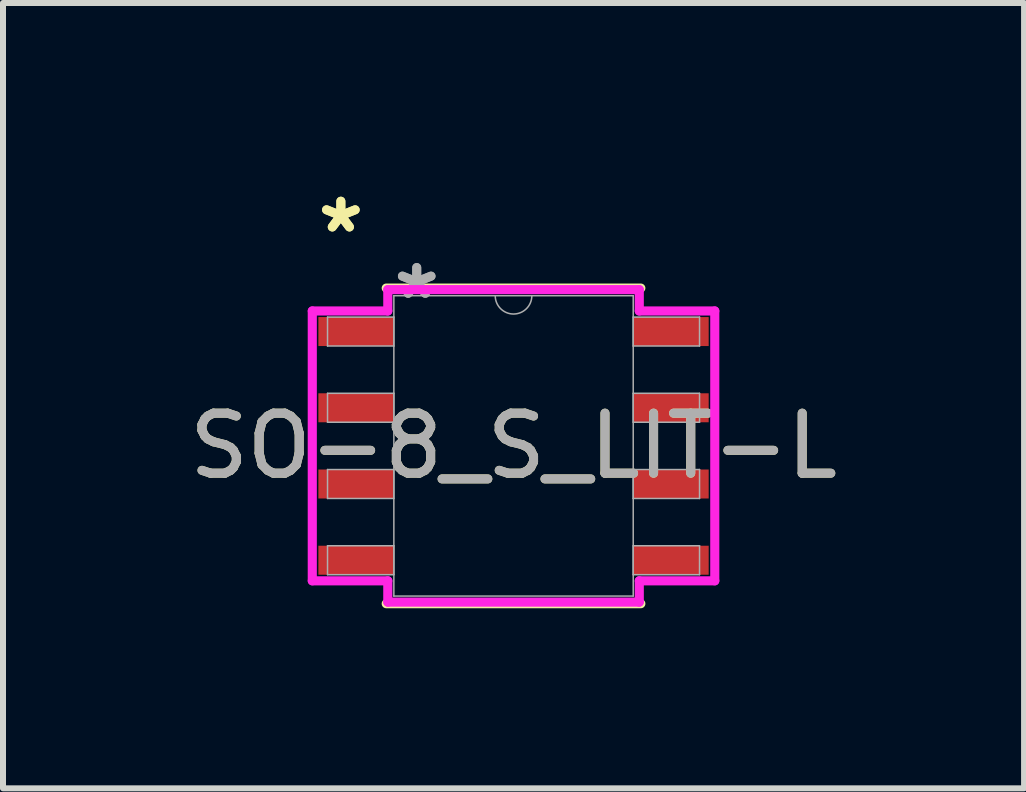
<source format=kicad_pcb>
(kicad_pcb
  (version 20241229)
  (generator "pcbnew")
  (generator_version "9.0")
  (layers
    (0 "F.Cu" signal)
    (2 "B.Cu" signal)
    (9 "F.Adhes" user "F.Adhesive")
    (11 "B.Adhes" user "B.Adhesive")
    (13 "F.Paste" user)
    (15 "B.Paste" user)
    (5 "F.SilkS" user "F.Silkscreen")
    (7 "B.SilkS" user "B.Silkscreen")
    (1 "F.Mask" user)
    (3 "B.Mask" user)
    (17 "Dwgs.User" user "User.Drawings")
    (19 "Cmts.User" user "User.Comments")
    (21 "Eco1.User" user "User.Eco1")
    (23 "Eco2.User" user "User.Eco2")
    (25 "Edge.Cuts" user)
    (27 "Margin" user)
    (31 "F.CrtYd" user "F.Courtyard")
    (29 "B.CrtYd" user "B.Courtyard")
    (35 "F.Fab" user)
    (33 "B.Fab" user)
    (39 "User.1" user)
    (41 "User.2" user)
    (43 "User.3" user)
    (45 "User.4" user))
  (footprint "SO-8_S_LIT-L"
    (layer "F.Cu")
    (at 5.506 4.379)
    (property "Reference" "SO-8_S_LIT-L" (at 0 0 0) (unlocked yes) (layer "F.SilkS") (effects (font (size 1 1) (thickness 0.15))))
    (attr smd)
    (fp_line (start -2.121 2.629) (end 2.121 2.629) (stroke (width 0.152) (type solid)) (layer "F.SilkS"))
    (fp_line (start 2.121 -2.629) (end -2.121 -2.629) (stroke (width 0.152) (type solid)) (layer "F.SilkS"))
    (fp_line (start -3.353 -2.248) (end -2.095 -2.248) (stroke (width 0.152) (type solid)) (layer "F.CrtYd"))
    (fp_line (start -3.353 2.248) (end -3.353 -2.248) (stroke (width 0.152) (type solid)) (layer "F.CrtYd"))
    (fp_line (start -3.353 2.248) (end -2.095 2.248) (stroke (width 0.152) (type solid)) (layer "F.CrtYd"))
    (fp_line (start -2.095 -2.603) (end 2.095 -2.603) (stroke (width 0.152) (type solid)) (layer "F.CrtYd"))
    (fp_line (start -2.095 -2.248) (end -2.095 -2.603) (stroke (width 0.152) (type solid)) (layer "F.CrtYd"))
    (fp_line (start -2.095 2.603) (end -2.095 2.248) (stroke (width 0.152) (type solid)) (layer "F.CrtYd"))
    (fp_line (start 2.095 -2.603) (end 2.095 -2.248) (stroke (width 0.152) (type solid)) (layer "F.CrtYd"))
    (fp_line (start 2.095 2.248) (end 2.095 2.603) (stroke (width 0.152) (type solid)) (layer "F.CrtYd"))
    (fp_line (start 2.095 2.603) (end -2.095 2.603) (stroke (width 0.152) (type solid)) (layer "F.CrtYd"))
    (fp_line (start 3.353 -2.248) (end 2.095 -2.248) (stroke (width 0.152) (type solid)) (layer "F.CrtYd"))
    (fp_line (start 3.353 -2.248) (end 3.353 2.248) (stroke (width 0.152) (type solid)) (layer "F.CrtYd"))
    (fp_line (start 3.353 2.248) (end 2.095 2.248) (stroke (width 0.152) (type solid)) (layer "F.CrtYd"))
    (fp_line (start -3.099 -2.146) (end -3.099 -1.664) (stroke (width 0.025) (type solid)) (layer "F.Fab"))
    (fp_line (start -3.099 -1.664) (end -1.994 -1.664) (stroke (width 0.025) (type solid)) (layer "F.Fab"))
    (fp_line (start -3.099 -0.876) (end -3.099 -0.394) (stroke (width 0.025) (type solid)) (layer "F.Fab"))
    (fp_line (start -3.099 -0.394) (end -1.994 -0.394) (stroke (width 0.025) (type solid)) (layer "F.Fab"))
    (fp_line (start -3.099 0.394) (end -3.099 0.876) (stroke (width 0.025) (type solid)) (layer "F.Fab"))
    (fp_line (start -3.099 0.876) (end -1.994 0.876) (stroke (width 0.025) (type solid)) (layer "F.Fab"))
    (fp_line (start -3.099 1.664) (end -3.099 2.146) (stroke (width 0.025) (type solid)) (layer "F.Fab"))
    (fp_line (start -3.099 2.146) (end -1.994 2.146) (stroke (width 0.025) (type solid)) (layer "F.Fab"))
    (fp_line (start -1.994 -2.502) (end -1.994 2.502) (stroke (width 0.025) (type solid)) (layer "F.Fab"))
    (fp_line (start -1.994 -2.146) (end -3.099 -2.146) (stroke (width 0.025) (type solid)) (layer "F.Fab"))
    (fp_line (start -1.994 -1.664) (end -1.994 -2.146) (stroke (width 0.025) (type solid)) (layer "F.Fab"))
    (fp_line (start -1.994 -0.876) (end -3.099 -0.876) (stroke (width 0.025) (type solid)) (layer "F.Fab"))
    (fp_line (start -1.994 -0.394) (end -1.994 -0.876) (stroke (width 0.025) (type solid)) (layer "F.Fab"))
    (fp_line (start -1.994 0.394) (end -3.099 0.394) (stroke (width 0.025) (type solid)) (layer "F.Fab"))
    (fp_line (start -1.994 0.876) (end -1.994 0.394) (stroke (width 0.025) (type solid)) (layer "F.Fab"))
    (fp_line (start -1.994 1.664) (end -3.099 1.664) (stroke (width 0.025) (type solid)) (layer "F.Fab"))
    (fp_line (start -1.994 2.146) (end -1.994 1.664) (stroke (width 0.025) (type solid)) (layer "F.Fab"))
    (fp_line (start -1.994 2.502) (end 1.994 2.502) (stroke (width 0.025) (type solid)) (layer "F.Fab"))
    (fp_line (start 1.994 -2.502) (end -1.994 -2.502) (stroke (width 0.025) (type solid)) (layer "F.Fab"))
    (fp_line (start 1.994 -2.146) (end 1.994 -1.664) (stroke (width 0.025) (type solid)) (layer "F.Fab"))
    (fp_line (start 1.994 -1.664) (end 3.099 -1.664) (stroke (width 0.025) (type solid)) (layer "F.Fab"))
    (fp_line (start 1.994 -0.876) (end 1.994 -0.394) (stroke (width 0.025) (type solid)) (layer "F.Fab"))
    (fp_line (start 1.994 -0.394) (end 3.099 -0.394) (stroke (width 0.025) (type solid)) (layer "F.Fab"))
    (fp_line (start 1.994 0.394) (end 1.994 0.876) (stroke (width 0.025) (type solid)) (layer "F.Fab"))
    (fp_line (start 1.994 0.876) (end 3.099 0.876) (stroke (width 0.025) (type solid)) (layer "F.Fab"))
    (fp_line (start 1.994 1.664) (end 1.994 2.146) (stroke (width 0.025) (type solid)) (layer "F.Fab"))
    (fp_line (start 1.994 2.146) (end 3.099 2.146) (stroke (width 0.025) (type solid)) (layer "F.Fab"))
    (fp_line (start 1.994 2.502) (end 1.994 -2.502) (stroke (width 0.025) (type solid)) (layer "F.Fab"))
    (fp_line (start 3.099 -2.146) (end 1.994 -2.146) (stroke (width 0.025) (type solid)) (layer "F.Fab"))
    (fp_line (start 3.099 -1.664) (end 3.099 -2.146) (stroke (width 0.025) (type solid)) (layer "F.Fab"))
    (fp_line (start 3.099 -0.876) (end 1.994 -0.876) (stroke (width 0.025) (type solid)) (layer "F.Fab"))
    (fp_line (start 3.099 -0.394) (end 3.099 -0.876) (stroke (width 0.025) (type solid)) (layer "F.Fab"))
    (fp_line (start 3.099 0.394) (end 1.994 0.394) (stroke (width 0.025) (type solid)) (layer "F.Fab"))
    (fp_line (start 3.099 0.876) (end 3.099 0.394) (stroke (width 0.025) (type solid)) (layer "F.Fab"))
    (fp_line (start 3.099 1.664) (end 1.994 1.664) (stroke (width 0.025) (type solid)) (layer "F.Fab"))
    (fp_line (start 3.099 2.146) (end 3.099 1.664) (stroke (width 0.025) (type solid)) (layer "F.Fab"))
    (fp_arc (start 0.3048 -2.5019) (mid 0 -2.1971) (end -0.3048 -2.5019) (stroke (width 0.0254) (type solid)) (layer "F.Fab"))
    (fp_text user "*" (at -2.877 -3.531 0) (unlocked yes) (layer "F.SilkS") (effects (font (size 1 1) (thickness 0.15))))
    (fp_text user "*" (at -2.877 -3.531 0) (layer "F.SilkS") (effects (font (size 1 1) (thickness 0.15))))
    (fp_text user "${REFERENCE}" (at 0 0 0) (unlocked yes) (layer "F.Fab") (effects (font (size 1 1) (thickness 0.15))))
    (fp_text user "*" (at -1.613 -2.426 0) (layer "F.Fab") (effects (font (size 1 1) (thickness 0.15))))
    (fp_text user "*" (at -1.613 -2.426 0) (unlocked yes) (layer "F.Fab") (effects (font (size 1 1) (thickness 0.15))))
    (pad "1" smd rect (at -2.623 -1.905) (size 1.257 0.483) (layers "F.Cu" "F.Mask" "F.Paste"))
    (pad "2" smd rect (at -2.623 -0.635) (size 1.257 0.483) (layers "F.Cu" "F.Mask" "F.Paste"))
    (pad "3" smd rect (at -2.623 0.635) (size 1.257 0.483) (layers "F.Cu" "F.Mask" "F.Paste"))
    (pad "4" smd rect (at -2.623 1.905) (size 1.257 0.483) (layers "F.Cu" "F.Mask" "F.Paste"))
    (pad "5" smd rect (at 2.623 1.905) (size 1.257 0.483) (layers "F.Cu" "F.Mask" "F.Paste"))
    (pad "6" smd rect (at 2.623 0.635) (size 1.257 0.483) (layers "F.Cu" "F.Mask" "F.Paste"))
    (pad "7" smd rect (at 2.623 -0.635) (size 1.257 0.483) (layers "F.Cu" "F.Mask" "F.Paste"))
    (pad "8" smd rect (at 2.623 -1.905) (size 1.257 0.483) (layers "F.Cu" "F.Mask" "F.Paste")))
  (gr_rect
    (start -3 -3)
    (end 14.012 10.084)
    (stroke (width 0.1) (type default))
    (fill no)
    (layer "Edge.Cuts")))
</source>
